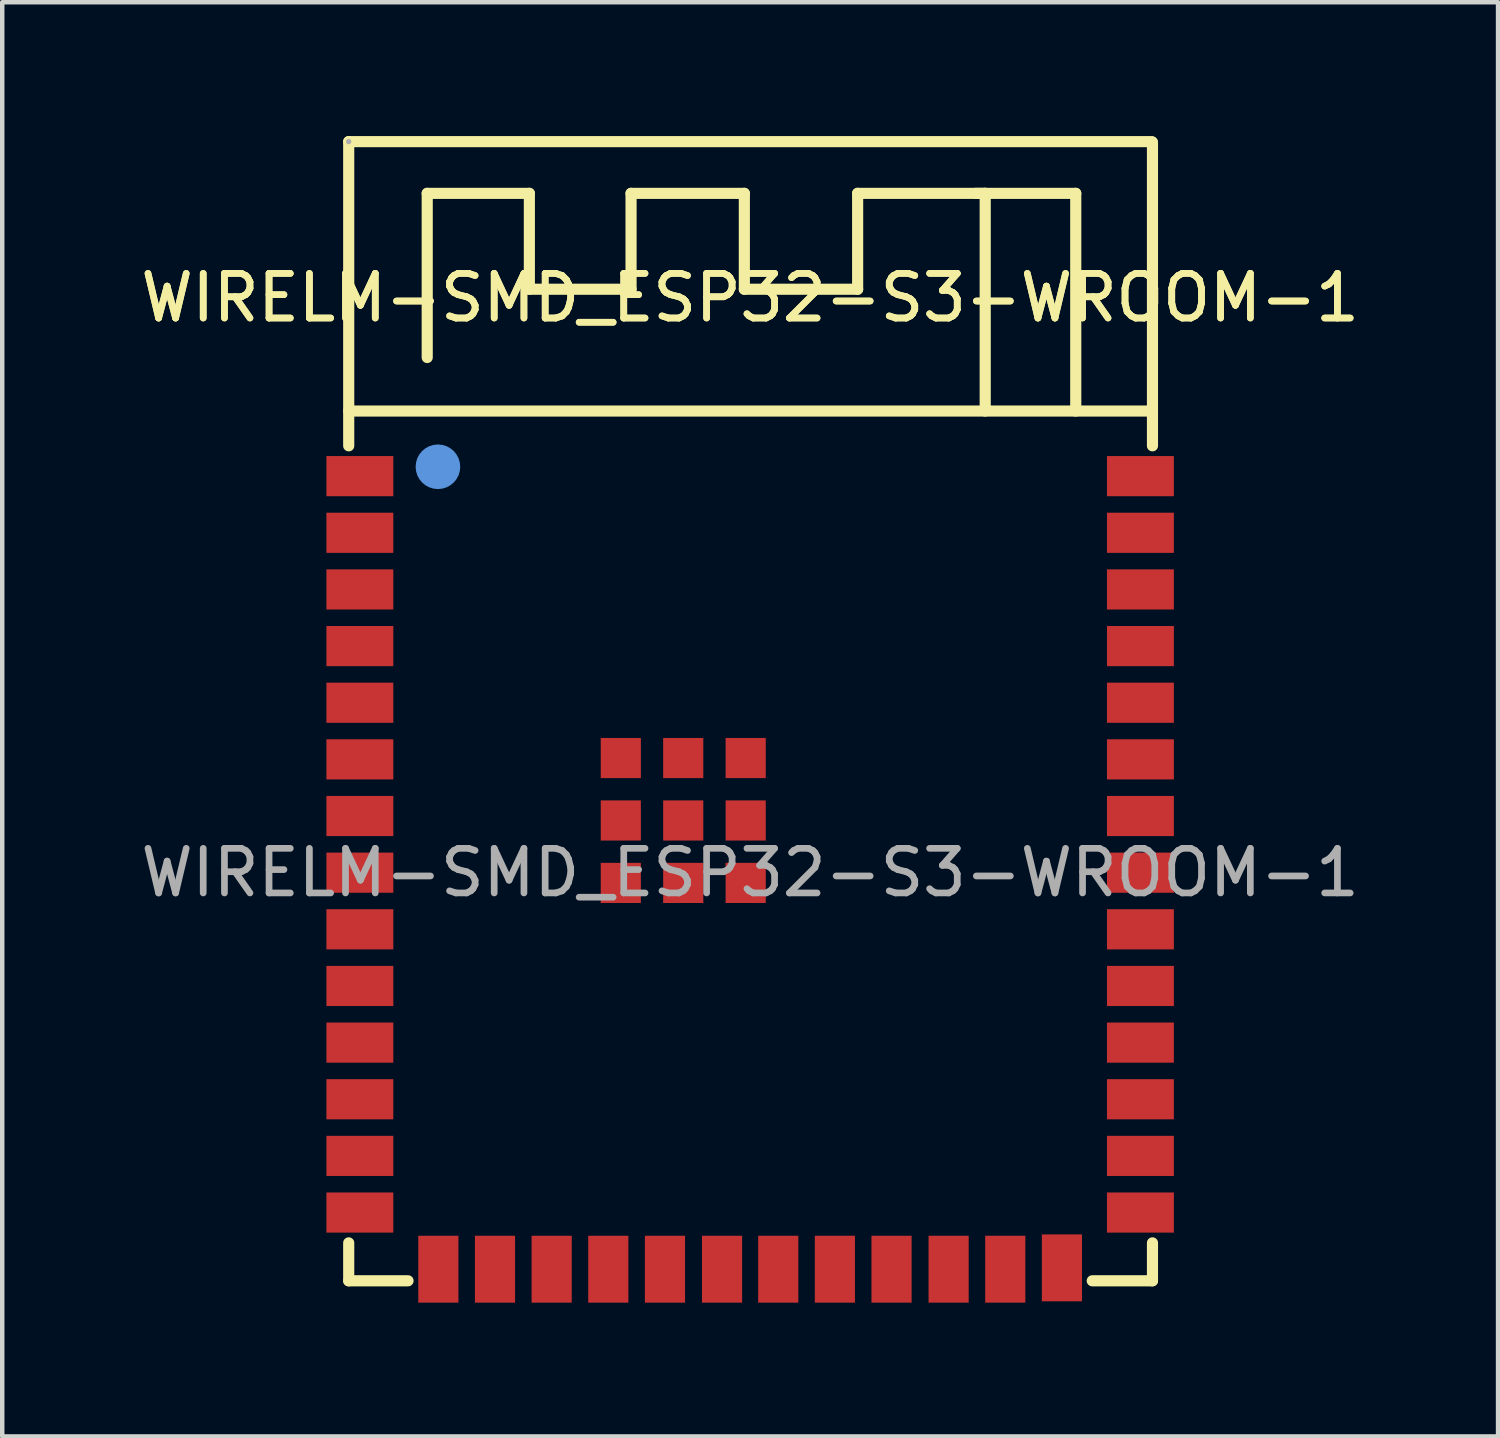
<source format=kicad_pcb>
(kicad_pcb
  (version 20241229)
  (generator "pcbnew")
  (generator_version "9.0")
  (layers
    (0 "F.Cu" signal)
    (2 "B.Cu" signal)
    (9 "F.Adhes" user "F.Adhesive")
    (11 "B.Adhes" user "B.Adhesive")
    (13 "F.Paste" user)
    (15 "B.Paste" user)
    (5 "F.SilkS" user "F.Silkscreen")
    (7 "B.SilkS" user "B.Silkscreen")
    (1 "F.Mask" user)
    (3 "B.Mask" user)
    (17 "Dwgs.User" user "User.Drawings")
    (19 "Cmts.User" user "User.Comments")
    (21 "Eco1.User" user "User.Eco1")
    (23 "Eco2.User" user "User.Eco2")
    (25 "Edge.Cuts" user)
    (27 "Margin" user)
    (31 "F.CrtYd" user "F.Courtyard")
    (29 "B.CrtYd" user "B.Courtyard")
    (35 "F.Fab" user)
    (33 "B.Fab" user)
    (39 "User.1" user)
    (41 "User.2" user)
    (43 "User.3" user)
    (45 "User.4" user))
  (footprint "WIRELM-SMD_ESP32-S3-WROOM-1"
    (layer "F.Cu")
    (at 13.768 16.515)
    (property "Reference" "WIRELM-SMD_ESP32-S3-WROOM-1" (at 0 -12.89 0) (layer "F.SilkS") (effects (font (size 1 1) (thickness 0.15))))
    (attr smd)
    (fp_line (start -9 -16.39) (end -9 -9.57) (stroke (width 0.25) (type solid)) (layer "F.SilkS"))
    (fp_line (start -9 -10.35) (end 9.02 -10.35) (stroke (width 0.25) (type solid)) (layer "F.SilkS"))
    (fp_line (start -9 8.3) (end -9 9.15) (stroke (width 0.25) (type solid)) (layer "F.SilkS"))
    (fp_line (start -9 9.15) (end -7.67 9.15) (stroke (width 0.25) (type solid)) (layer "F.SilkS"))
    (fp_line (start -7.24 -15.23) (end -7.24 -11.55) (stroke (width 0.25) (type solid)) (layer "F.SilkS"))
    (fp_line (start -4.95 -15.23) (end -7.24 -15.23) (stroke (width 0.25) (type solid)) (layer "F.SilkS"))
    (fp_line (start -4.95 -13.08) (end -4.95 -15.23) (stroke (width 0.25) (type solid)) (layer "F.SilkS"))
    (fp_line (start -2.67 -15.23) (end -2.67 -13.08) (stroke (width 0.25) (type solid)) (layer "F.SilkS"))
    (fp_line (start -2.67 -13.08) (end -4.95 -13.08) (stroke (width 0.25) (type solid)) (layer "F.SilkS"))
    (fp_line (start -0.13 -15.23) (end -2.67 -15.23) (stroke (width 0.25) (type solid)) (layer "F.SilkS"))
    (fp_line (start -0.13 -13.08) (end -0.13 -15.23) (stroke (width 0.25) (type solid)) (layer "F.SilkS"))
    (fp_line (start 2.41 -15.23) (end 2.41 -13.08) (stroke (width 0.25) (type solid)) (layer "F.SilkS"))
    (fp_line (start 2.41 -13.08) (end -0.13 -13.08) (stroke (width 0.25) (type solid)) (layer "F.SilkS"))
    (fp_line (start 5.27 -15.23) (end 2.41 -15.23) (stroke (width 0.25) (type solid)) (layer "F.SilkS"))
    (fp_line (start 5.27 -10.35) (end 5.27 -15.23) (stroke (width 0.25) (type solid)) (layer "F.SilkS"))
    (fp_line (start 7.3 -15.23) (end 5.06 -15.23) (stroke (width 0.25) (type solid)) (layer "F.SilkS"))
    (fp_line (start 7.3 -10.35) (end 7.3 -15.23) (stroke (width 0.25) (type solid)) (layer "F.SilkS"))
    (fp_line (start 7.67 9.15) (end 9.02 9.15) (stroke (width 0.25) (type solid)) (layer "F.SilkS"))
    (fp_line (start 9 -16.39) (end -9 -16.39) (stroke (width 0.25) (type solid)) (layer "F.SilkS"))
    (fp_line (start 9.02 -9.57) (end 9.02 -16.38) (stroke (width 0.25) (type solid)) (layer "F.SilkS"))
    (fp_line (start 9.02 9.15) (end 9.02 8.3) (stroke (width 0.25) (type solid)) (layer "F.SilkS"))
    (fp_circle (center -7 -9.1) (end -6.75 -9.1) (stroke (width 0.5) (type solid)) (fill no) (layer "Cmts.User"))
    (fp_circle (center -9 -16.39) (end -8.97 -16.39) (stroke (width 0.06) (type solid)) (fill no) (layer "F.Fab"))
    (fp_text user "${REFERENCE}" (at 0 -12.89 0) (layer "F.SilkS") (effects (font (size 1 1) (thickness 0.15))))
    (fp_text user "${REFERENCE}" (at 0 0 0) (layer "F.Fab") (effects (font (size 1 1) (thickness 0.15))))
    (pad "1" smd rect (at -8.75 -8.89) (size 1.5 0.9) (layers "F.Cu" "F.Mask" "F.Paste"))
    (pad "2" smd rect (at -8.75 -7.62) (size 1.5 0.9) (layers "F.Cu" "F.Mask" "F.Paste"))
    (pad "3" smd rect (at -8.75 -6.35) (size 1.5 0.9) (layers "F.Cu" "F.Mask" "F.Paste"))
    (pad "4" smd rect (at -8.75 -5.08) (size 1.5 0.9) (layers "F.Cu" "F.Mask" "F.Paste"))
    (pad "5" smd rect (at -8.75 -3.81) (size 1.5 0.9) (layers "F.Cu" "F.Mask" "F.Paste"))
    (pad "6" smd rect (at -8.75 -2.54) (size 1.5 0.9) (layers "F.Cu" "F.Mask" "F.Paste"))
    (pad "7" smd rect (at -8.75 -1.27) (size 1.5 0.9) (layers "F.Cu" "F.Mask" "F.Paste"))
    (pad "8" smd rect (at -8.75 0) (size 1.5 0.9) (layers "F.Cu" "F.Mask" "F.Paste"))
    (pad "9" smd rect (at -8.75 1.27) (size 1.5 0.9) (layers "F.Cu" "F.Mask" "F.Paste"))
    (pad "10" smd rect (at -8.75 2.54) (size 1.5 0.9) (layers "F.Cu" "F.Mask" "F.Paste"))
    (pad "11" smd rect (at -8.75 3.81) (size 1.5 0.9) (layers "F.Cu" "F.Mask" "F.Paste"))
    (pad "12" smd rect (at -8.75 5.08) (size 1.5 0.9) (layers "F.Cu" "F.Mask" "F.Paste"))
    (pad "13" smd rect (at -8.75 6.35) (size 1.5 0.9) (layers "F.Cu" "F.Mask" "F.Paste"))
    (pad "14" smd rect (at -8.75 7.62) (size 1.5 0.9) (layers "F.Cu" "F.Mask" "F.Paste"))
    (pad "15" smd rect (at -6.99 8.89 90) (size 1.5 0.9) (layers "F.Cu" "F.Mask" "F.Paste"))
    (pad "16" smd rect (at -5.72 8.89 90) (size 1.5 0.9) (layers "F.Cu" "F.Mask" "F.Paste"))
    (pad "17" smd rect (at -4.45 8.89 90) (size 1.5 0.9) (layers "F.Cu" "F.Mask" "F.Paste"))
    (pad "18" smd rect (at -3.18 8.89 90) (size 1.5 0.9) (layers "F.Cu" "F.Mask" "F.Paste"))
    (pad "19" smd rect (at -1.91 8.89 90) (size 1.5 0.9) (layers "F.Cu" "F.Mask" "F.Paste"))
    (pad "20" smd rect (at -0.63 8.89 90) (size 1.5 0.9) (layers "F.Cu" "F.Mask" "F.Paste"))
    (pad "21" smd rect (at 0.63 8.89 90) (size 1.5 0.9) (layers "F.Cu" "F.Mask" "F.Paste"))
    (pad "22" smd rect (at 1.9 8.89 90) (size 1.5 0.9) (layers "F.Cu" "F.Mask" "F.Paste"))
    (pad "23" smd rect (at 3.17 8.89 90) (size 1.5 0.9) (layers "F.Cu" "F.Mask" "F.Paste"))
    (pad "24" smd rect (at 4.45 8.89 90) (size 1.5 0.9) (layers "F.Cu" "F.Mask" "F.Paste"))
    (pad "25" smd rect (at 5.72 8.89 90) (size 1.5 0.9) (layers "F.Cu" "F.Mask" "F.Paste"))
    (pad "26" smd rect (at 6.99 8.86 90) (size 1.5 0.9) (layers "F.Cu" "F.Mask" "F.Paste"))
    (pad "27" smd rect (at 8.75 7.62 180) (size 1.5 0.9) (layers "F.Cu" "F.Mask" "F.Paste"))
    (pad "28" smd rect (at 8.75 6.35 180) (size 1.5 0.9) (layers "F.Cu" "F.Mask" "F.Paste"))
    (pad "29" smd rect (at 8.75 5.08 180) (size 1.5 0.9) (layers "F.Cu" "F.Mask" "F.Paste"))
    (pad "30" smd rect (at 8.75 3.81 180) (size 1.5 0.9) (layers "F.Cu" "F.Mask" "F.Paste"))
    (pad "31" smd rect (at 8.75 2.54 180) (size 1.5 0.9) (layers "F.Cu" "F.Mask" "F.Paste"))
    (pad "32" smd rect (at 8.75 1.27 180) (size 1.5 0.9) (layers "F.Cu" "F.Mask" "F.Paste"))
    (pad "33" smd rect (at 8.75 0 180) (size 1.5 0.9) (layers "F.Cu" "F.Mask" "F.Paste"))
    (pad "34" smd rect (at 8.75 -1.27 180) (size 1.5 0.9) (layers "F.Cu" "F.Mask" "F.Paste"))
    (pad "35" smd rect (at 8.75 -2.54 180) (size 1.5 0.9) (layers "F.Cu" "F.Mask" "F.Paste"))
    (pad "36" smd rect (at 8.75 -3.81 180) (size 1.5 0.9) (layers "F.Cu" "F.Mask" "F.Paste"))
    (pad "37" smd rect (at 8.75 -5.08 180) (size 1.5 0.9) (layers "F.Cu" "F.Mask" "F.Paste"))
    (pad "38" smd rect (at 8.75 -6.35 180) (size 1.5 0.9) (layers "F.Cu" "F.Mask" "F.Paste"))
    (pad "39" smd rect (at 8.75 -7.62 180) (size 1.5 0.9) (layers "F.Cu" "F.Mask" "F.Paste"))
    (pad "40" smd rect (at 8.75 -8.89 180) (size 1.5 0.9) (layers "F.Cu" "F.Mask" "F.Paste"))
    (pad "41" smd rect (at -2.9 -2.57 90) (size 0.9 0.9) (layers "F.Cu" "F.Mask" "F.Paste"))
    (pad "41" smd rect (at -2.9 -1.17 90) (size 0.9 0.9) (layers "F.Cu" "F.Mask" "F.Paste"))
    (pad "41" smd rect (at -2.9 0.23 90) (size 0.9 0.9) (layers "F.Cu" "F.Mask" "F.Paste"))
    (pad "41" smd rect (at -1.5 -2.57 90) (size 0.9 0.9) (layers "F.Cu" "F.Mask" "F.Paste"))
    (pad "41" smd rect (at -1.5 -1.17 90) (size 0.9 0.9) (layers "F.Cu" "F.Mask" "F.Paste"))
    (pad "41" smd rect (at -1.5 0.23 90) (size 0.9 0.9) (layers "F.Cu" "F.Mask" "F.Paste"))
    (pad "41" smd rect (at -0.1 -2.57 90) (size 0.9 0.9) (layers "F.Cu" "F.Mask" "F.Paste"))
    (pad "41" smd rect (at -0.1 -1.17 90) (size 0.9 0.9) (layers "F.Cu" "F.Mask" "F.Paste"))
    (pad "41" smd rect (at -0.1 0.23 90) (size 0.9 0.9) (layers "F.Cu" "F.Mask" "F.Paste")))
  (gr_rect
    (start -3 -3)
    (end 30.536 29.155)
    (stroke (width 0.1) (type default))
    (fill no)
    (layer "Edge.Cuts")))
</source>
